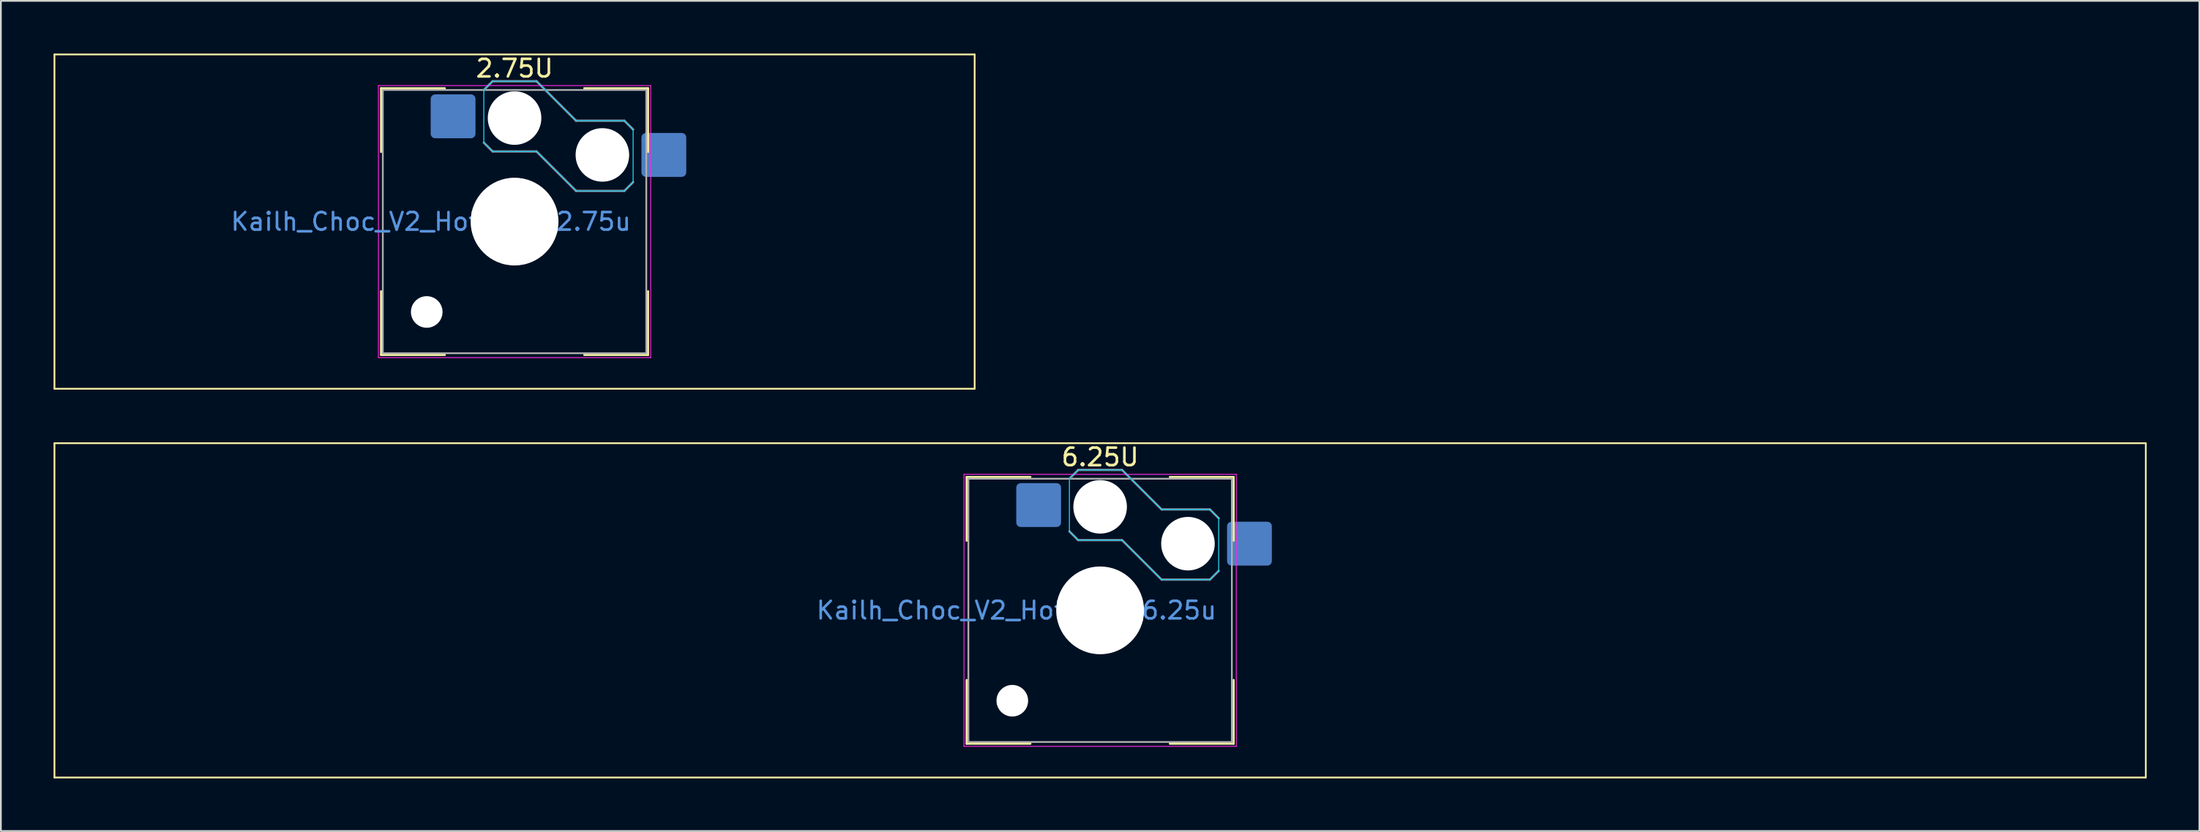
<source format=kicad_pcb>
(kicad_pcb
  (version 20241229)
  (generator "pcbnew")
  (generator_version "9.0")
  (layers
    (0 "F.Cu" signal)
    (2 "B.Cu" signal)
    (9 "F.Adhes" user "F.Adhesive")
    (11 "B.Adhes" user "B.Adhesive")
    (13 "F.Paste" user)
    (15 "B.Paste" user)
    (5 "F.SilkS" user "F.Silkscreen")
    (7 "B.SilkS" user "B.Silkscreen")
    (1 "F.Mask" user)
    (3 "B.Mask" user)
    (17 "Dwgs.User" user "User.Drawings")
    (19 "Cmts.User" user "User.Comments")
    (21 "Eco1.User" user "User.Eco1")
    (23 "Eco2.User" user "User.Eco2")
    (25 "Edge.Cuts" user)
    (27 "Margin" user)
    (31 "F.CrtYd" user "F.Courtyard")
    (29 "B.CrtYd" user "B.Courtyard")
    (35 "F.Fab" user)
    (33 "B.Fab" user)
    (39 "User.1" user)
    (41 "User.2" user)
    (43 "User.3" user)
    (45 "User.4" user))
  (footprint "Kailh_Choc_V2_Hotswap_6.25u"
    (layer "F.Cu")
    (at 59.581 31.734)
    (property "Reference" "Kailh_Choc_V2_Hotswap_6.25u" (at -4.763 0 0) (layer "Cmts.User") (effects (font (size 1 1) (thickness 0.15))))
    (attr smd)
    (fp_line (start -59.531 -9.525) (end -59.531 9.525) (stroke (width 0.1) (type solid)) (layer "F.SilkS"))
    (fp_line (start -59.531 9.525) (end 59.531 9.525) (stroke (width 0.1) (type solid)) (layer "F.SilkS"))
    (fp_line (start -7.6 -3.969) (end -7.6 -7.6) (stroke (width 0.12) (type solid)) (layer "F.SilkS"))
    (fp_line (start -7.6 7.6) (end -7.6 3.969) (stroke (width 0.12) (type solid)) (layer "F.SilkS"))
    (fp_line (start -3.969 -7.6) (end -7.6 -7.6) (stroke (width 0.12) (type solid)) (layer "F.SilkS"))
    (fp_line (start -3.969 7.6) (end -7.6 7.6) (stroke (width 0.12) (type solid)) (layer "F.SilkS"))
    (fp_line (start 7.6 -7.6) (end 3.969 -7.6) (stroke (width 0.12) (type solid)) (layer "F.SilkS"))
    (fp_line (start 7.6 -3.969) (end 7.6 -7.6) (stroke (width 0.12) (type solid)) (layer "F.SilkS"))
    (fp_line (start 7.6 7.6) (end 3.969 7.6) (stroke (width 0.12) (type solid)) (layer "F.SilkS"))
    (fp_line (start 7.6 7.6) (end 7.6 3.969) (stroke (width 0.12) (type solid)) (layer "F.SilkS"))
    (fp_line (start 59.531 -9.525) (end -59.531 -9.525) (stroke (width 0.1) (type solid)) (layer "F.SilkS"))
    (fp_line (start 59.531 9.525) (end 59.531 -9.525) (stroke (width 0.1) (type solid)) (layer "F.SilkS"))
    (fp_line (start -1.75 -7.5) (end -1.25 -8) (stroke (width 0.12) (type solid)) (layer "B.SilkS"))
    (fp_line (start -1.25 -8) (end 1.25 -8) (stroke (width 0.12) (type solid)) (layer "B.SilkS"))
    (fp_line (start -1.25 -4) (end -1.75 -4.5) (stroke (width 0.12) (type solid)) (layer "B.SilkS"))
    (fp_line (start 1.25 -8) (end 3.5 -5.75) (stroke (width 0.12) (type solid)) (layer "B.SilkS"))
    (fp_line (start 1.25 -4) (end -1.25 -4) (stroke (width 0.12) (type solid)) (layer "B.SilkS"))
    (fp_line (start 3.5 -5.75) (end 6.25 -5.75) (stroke (width 0.12) (type solid)) (layer "B.SilkS"))
    (fp_line (start 3.5 -1.75) (end 1.25 -4) (stroke (width 0.12) (type solid)) (layer "B.SilkS"))
    (fp_line (start 6.25 -5.75) (end 6.75 -5.25) (stroke (width 0.12) (type solid)) (layer "B.SilkS"))
    (fp_line (start 6.25 -1.75) (end 3.5 -1.75) (stroke (width 0.12) (type solid)) (layer "B.SilkS"))
    (fp_line (start 6.75 -2.25) (end 6.25 -1.75) (stroke (width 0.12) (type solid)) (layer "B.SilkS"))
    (fp_line (start -7.25 -7.25) (end -7.25 7.25) (stroke (width 0.1) (type solid)) (layer "Eco1.User"))
    (fp_line (start -7.25 7.25) (end 7.25 7.25) (stroke (width 0.1) (type solid)) (layer "Eco1.User"))
    (fp_line (start 7.25 -7.25) (end -7.25 -7.25) (stroke (width 0.1) (type solid)) (layer "Eco1.User"))
    (fp_line (start 7.25 7.25) (end 7.25 -7.25) (stroke (width 0.1) (type solid)) (layer "Eco1.User"))
    (fp_line (start -1.75 -7.5) (end -1.25 -8) (stroke (width 0.05) (type solid)) (layer "B.CrtYd"))
    (fp_line (start -1.75 -4.5) (end -1.75 -7.5) (stroke (width 0.05) (type solid)) (layer "B.CrtYd"))
    (fp_line (start -1.25 -8) (end 1.25 -8) (stroke (width 0.05) (type solid)) (layer "B.CrtYd"))
    (fp_line (start -1.25 -4) (end -1.75 -4.5) (stroke (width 0.05) (type solid)) (layer "B.CrtYd"))
    (fp_line (start 1.25 -8) (end 3.5 -5.75) (stroke (width 0.05) (type solid)) (layer "B.CrtYd"))
    (fp_line (start 1.25 -4) (end -1.25 -4) (stroke (width 0.05) (type solid)) (layer "B.CrtYd"))
    (fp_line (start 3.5 -5.75) (end 6.25 -5.75) (stroke (width 0.05) (type solid)) (layer "B.CrtYd"))
    (fp_line (start 3.5 -1.75) (end 1.25 -4) (stroke (width 0.05) (type solid)) (layer "B.CrtYd"))
    (fp_line (start 6.25 -5.75) (end 6.75 -5.25) (stroke (width 0.05) (type solid)) (layer "B.CrtYd"))
    (fp_line (start 6.25 -1.75) (end 3.5 -1.75) (stroke (width 0.05) (type solid)) (layer "B.CrtYd"))
    (fp_line (start 6.75 -5.25) (end 6.75 -2.25) (stroke (width 0.05) (type solid)) (layer "B.CrtYd"))
    (fp_line (start 6.75 -2.25) (end 6.25 -1.75) (stroke (width 0.05) (type solid)) (layer "B.CrtYd"))
    (fp_line (start -7.75 -7.75) (end -7.75 7.75) (stroke (width 0.05) (type solid)) (layer "F.CrtYd"))
    (fp_line (start -7.75 7.75) (end 7.75 7.75) (stroke (width 0.05) (type solid)) (layer "F.CrtYd"))
    (fp_line (start 7.75 -7.75) (end -7.75 -7.75) (stroke (width 0.05) (type solid)) (layer "F.CrtYd"))
    (fp_line (start 7.75 7.75) (end 7.75 -7.75) (stroke (width 0.05) (type solid)) (layer "F.CrtYd"))
    (fp_line (start -1.75 -7.5) (end -1.25 -8) (stroke (width 0.1) (type solid)) (layer "B.Fab"))
    (fp_line (start -1.25 -8) (end 1.25 -8) (stroke (width 0.1) (type solid)) (layer "B.Fab"))
    (fp_line (start -1.25 -4) (end -1.75 -4.5) (stroke (width 0.1) (type solid)) (layer "B.Fab"))
    (fp_line (start 1.25 -8) (end 3.5 -5.75) (stroke (width 0.1) (type solid)) (layer "B.Fab"))
    (fp_line (start 1.25 -4) (end -1.25 -4) (stroke (width 0.1) (type solid)) (layer "B.Fab"))
    (fp_line (start 3.5 -5.75) (end 6.25 -5.75) (stroke (width 0.1) (type solid)) (layer "B.Fab"))
    (fp_line (start 3.5 -1.75) (end 1.25 -4) (stroke (width 0.1) (type solid)) (layer "B.Fab"))
    (fp_line (start 6.25 -5.75) (end 6.75 -5.25) (stroke (width 0.1) (type solid)) (layer "B.Fab"))
    (fp_line (start 6.25 -1.75) (end 3.5 -1.75) (stroke (width 0.1) (type solid)) (layer "B.Fab"))
    (fp_line (start 6.75 -2.25) (end 6.25 -1.75) (stroke (width 0.1) (type solid)) (layer "B.Fab"))
    (fp_line (start -7.5 -7.5) (end -7.5 7.5) (stroke (width 0.1) (type solid)) (layer "F.Fab"))
    (fp_line (start -7.5 7.5) (end 7.5 7.5) (stroke (width 0.1) (type solid)) (layer "F.Fab"))
    (fp_line (start 7.5 -7.5) (end -7.5 -7.5) (stroke (width 0.1) (type solid)) (layer "F.Fab"))
    (fp_line (start 7.5 7.5) (end 7.5 -7.5) (stroke (width 0.1) (type solid)) (layer "F.Fab"))
    (fp_text user "6.25U" (at 0 -8.731 0) (unlocked yes) (layer "F.SilkS") (effects (font (size 1 1) (thickness 0.15))))
    (pad "" np_thru_hole circle (at -5 5.15) (size 1.8 1.8) (drill 1.8) (layers "*.Cu" "*.Mask"))
    (pad "" np_thru_hole circle (at 0 -5.9) (size 3.05 3.05) (drill 3.05) (layers "*.Cu" "*.Mask"))
    (pad "" np_thru_hole circle (at 0 0) (size 5 5) (drill 5) (layers "*.Cu" "*.Mask"))
    (pad "" np_thru_hole circle (at 5 -3.8) (size 3.05 3.05) (drill 3.05) (layers "*.Cu" "*.Mask"))
    (pad "1" smd roundrect (at -3.5 -6) (size 2.55 2.5) (layers "B.Cu" "B.Mask" "B.Paste") (roundrect_rratio 0.1))
    (pad "2" smd roundrect (at 8.5 -3.8) (size 2.55 2.5) (layers "B.Cu" "B.Mask" "B.Paste") (roundrect_rratio 0.1)))
  (footprint "Kailh_Choc_V2_Hotswap_2.75u"
    (layer "F.Cu")
    (at 26.244 9.579)
    (property "Reference" "Kailh_Choc_V2_Hotswap_2.75u" (at -4.763 0 0) (layer "Cmts.User") (effects (font (size 1 1) (thickness 0.15))))
    (attr smd)
    (fp_line (start -26.194 -9.525) (end -26.194 9.525) (stroke (width 0.1) (type solid)) (layer "F.SilkS"))
    (fp_line (start -26.194 9.525) (end 26.194 9.525) (stroke (width 0.1) (type solid)) (layer "F.SilkS"))
    (fp_line (start -7.6 -3.969) (end -7.6 -7.6) (stroke (width 0.12) (type solid)) (layer "F.SilkS"))
    (fp_line (start -7.6 7.6) (end -7.6 3.969) (stroke (width 0.12) (type solid)) (layer "F.SilkS"))
    (fp_line (start -3.969 -7.6) (end -7.6 -7.6) (stroke (width 0.12) (type solid)) (layer "F.SilkS"))
    (fp_line (start -3.969 7.6) (end -7.6 7.6) (stroke (width 0.12) (type solid)) (layer "F.SilkS"))
    (fp_line (start 7.6 -7.6) (end 3.969 -7.6) (stroke (width 0.12) (type solid)) (layer "F.SilkS"))
    (fp_line (start 7.6 -3.969) (end 7.6 -7.6) (stroke (width 0.12) (type solid)) (layer "F.SilkS"))
    (fp_line (start 7.6 7.6) (end 3.969 7.6) (stroke (width 0.12) (type solid)) (layer "F.SilkS"))
    (fp_line (start 7.6 7.6) (end 7.6 3.969) (stroke (width 0.12) (type solid)) (layer "F.SilkS"))
    (fp_line (start 26.194 -9.525) (end -26.194 -9.525) (stroke (width 0.1) (type solid)) (layer "F.SilkS"))
    (fp_line (start 26.194 9.525) (end 26.194 -9.525) (stroke (width 0.1) (type solid)) (layer "F.SilkS"))
    (fp_line (start -1.75 -7.5) (end -1.25 -8) (stroke (width 0.12) (type solid)) (layer "B.SilkS"))
    (fp_line (start -1.25 -8) (end 1.25 -8) (stroke (width 0.12) (type solid)) (layer "B.SilkS"))
    (fp_line (start -1.25 -4) (end -1.75 -4.5) (stroke (width 0.12) (type solid)) (layer "B.SilkS"))
    (fp_line (start 1.25 -8) (end 3.5 -5.75) (stroke (width 0.12) (type solid)) (layer "B.SilkS"))
    (fp_line (start 1.25 -4) (end -1.25 -4) (stroke (width 0.12) (type solid)) (layer "B.SilkS"))
    (fp_line (start 3.5 -5.75) (end 6.25 -5.75) (stroke (width 0.12) (type solid)) (layer "B.SilkS"))
    (fp_line (start 3.5 -1.75) (end 1.25 -4) (stroke (width 0.12) (type solid)) (layer "B.SilkS"))
    (fp_line (start 6.25 -5.75) (end 6.75 -5.25) (stroke (width 0.12) (type solid)) (layer "B.SilkS"))
    (fp_line (start 6.25 -1.75) (end 3.5 -1.75) (stroke (width 0.12) (type solid)) (layer "B.SilkS"))
    (fp_line (start 6.75 -2.25) (end 6.25 -1.75) (stroke (width 0.12) (type solid)) (layer "B.SilkS"))
    (fp_line (start -7.25 -7.25) (end -7.25 7.25) (stroke (width 0.1) (type solid)) (layer "Eco1.User"))
    (fp_line (start -7.25 7.25) (end 7.25 7.25) (stroke (width 0.1) (type solid)) (layer "Eco1.User"))
    (fp_line (start 7.25 -7.25) (end -7.25 -7.25) (stroke (width 0.1) (type solid)) (layer "Eco1.User"))
    (fp_line (start 7.25 7.25) (end 7.25 -7.25) (stroke (width 0.1) (type solid)) (layer "Eco1.User"))
    (fp_line (start -1.75 -7.5) (end -1.25 -8) (stroke (width 0.05) (type solid)) (layer "B.CrtYd"))
    (fp_line (start -1.75 -4.5) (end -1.75 -7.5) (stroke (width 0.05) (type solid)) (layer "B.CrtYd"))
    (fp_line (start -1.25 -8) (end 1.25 -8) (stroke (width 0.05) (type solid)) (layer "B.CrtYd"))
    (fp_line (start -1.25 -4) (end -1.75 -4.5) (stroke (width 0.05) (type solid)) (layer "B.CrtYd"))
    (fp_line (start 1.25 -8) (end 3.5 -5.75) (stroke (width 0.05) (type solid)) (layer "B.CrtYd"))
    (fp_line (start 1.25 -4) (end -1.25 -4) (stroke (width 0.05) (type solid)) (layer "B.CrtYd"))
    (fp_line (start 3.5 -5.75) (end 6.25 -5.75) (stroke (width 0.05) (type solid)) (layer "B.CrtYd"))
    (fp_line (start 3.5 -1.75) (end 1.25 -4) (stroke (width 0.05) (type solid)) (layer "B.CrtYd"))
    (fp_line (start 6.25 -5.75) (end 6.75 -5.25) (stroke (width 0.05) (type solid)) (layer "B.CrtYd"))
    (fp_line (start 6.25 -1.75) (end 3.5 -1.75) (stroke (width 0.05) (type solid)) (layer "B.CrtYd"))
    (fp_line (start 6.75 -5.25) (end 6.75 -2.25) (stroke (width 0.05) (type solid)) (layer "B.CrtYd"))
    (fp_line (start 6.75 -2.25) (end 6.25 -1.75) (stroke (width 0.05) (type solid)) (layer "B.CrtYd"))
    (fp_line (start -7.75 -7.75) (end -7.75 7.75) (stroke (width 0.05) (type solid)) (layer "F.CrtYd"))
    (fp_line (start -7.75 7.75) (end 7.75 7.75) (stroke (width 0.05) (type solid)) (layer "F.CrtYd"))
    (fp_line (start 7.75 -7.75) (end -7.75 -7.75) (stroke (width 0.05) (type solid)) (layer "F.CrtYd"))
    (fp_line (start 7.75 7.75) (end 7.75 -7.75) (stroke (width 0.05) (type solid)) (layer "F.CrtYd"))
    (fp_line (start -1.75 -7.5) (end -1.25 -8) (stroke (width 0.1) (type solid)) (layer "B.Fab"))
    (fp_line (start -1.25 -8) (end 1.25 -8) (stroke (width 0.1) (type solid)) (layer "B.Fab"))
    (fp_line (start -1.25 -4) (end -1.75 -4.5) (stroke (width 0.1) (type solid)) (layer "B.Fab"))
    (fp_line (start 1.25 -8) (end 3.5 -5.75) (stroke (width 0.1) (type solid)) (layer "B.Fab"))
    (fp_line (start 1.25 -4) (end -1.25 -4) (stroke (width 0.1) (type solid)) (layer "B.Fab"))
    (fp_line (start 3.5 -5.75) (end 6.25 -5.75) (stroke (width 0.1) (type solid)) (layer "B.Fab"))
    (fp_line (start 3.5 -1.75) (end 1.25 -4) (stroke (width 0.1) (type solid)) (layer "B.Fab"))
    (fp_line (start 6.25 -5.75) (end 6.75 -5.25) (stroke (width 0.1) (type solid)) (layer "B.Fab"))
    (fp_line (start 6.25 -1.75) (end 3.5 -1.75) (stroke (width 0.1) (type solid)) (layer "B.Fab"))
    (fp_line (start 6.75 -2.25) (end 6.25 -1.75) (stroke (width 0.1) (type solid)) (layer "B.Fab"))
    (fp_line (start -7.5 -7.5) (end -7.5 7.5) (stroke (width 0.1) (type solid)) (layer "F.Fab"))
    (fp_line (start -7.5 7.5) (end 7.5 7.5) (stroke (width 0.1) (type solid)) (layer "F.Fab"))
    (fp_line (start 7.5 -7.5) (end -7.5 -7.5) (stroke (width 0.1) (type solid)) (layer "F.Fab"))
    (fp_line (start 7.5 7.5) (end 7.5 -7.5) (stroke (width 0.1) (type solid)) (layer "F.Fab"))
    (fp_text user "2.75U" (at 0 -8.731 0) (unlocked yes) (layer "F.SilkS") (effects (font (size 1 1) (thickness 0.15))))
    (pad "" np_thru_hole circle (at -5 5.15) (size 1.8 1.8) (drill 1.8) (layers "*.Cu" "*.Mask"))
    (pad "" np_thru_hole circle (at 0 -5.9) (size 3.05 3.05) (drill 3.05) (layers "*.Cu" "*.Mask"))
    (pad "" np_thru_hole circle (at 0 0) (size 5 5) (drill 5) (layers "*.Cu" "*.Mask"))
    (pad "" np_thru_hole circle (at 5 -3.8) (size 3.05 3.05) (drill 3.05) (layers "*.Cu" "*.Mask"))
    (pad "1" smd roundrect (at -3.5 -6) (size 2.55 2.5) (layers "B.Cu" "B.Mask" "B.Paste") (roundrect_rratio 0.1))
    (pad "2" smd roundrect (at 8.5 -3.8) (size 2.55 2.5) (layers "B.Cu" "B.Mask" "B.Paste") (roundrect_rratio 0.1)))
  (gr_rect
    (start -3 -3)
    (end 122.162 44.309)
    (stroke (width 0.1) (type default))
    (fill no)
    (layer "Edge.Cuts")))
</source>
